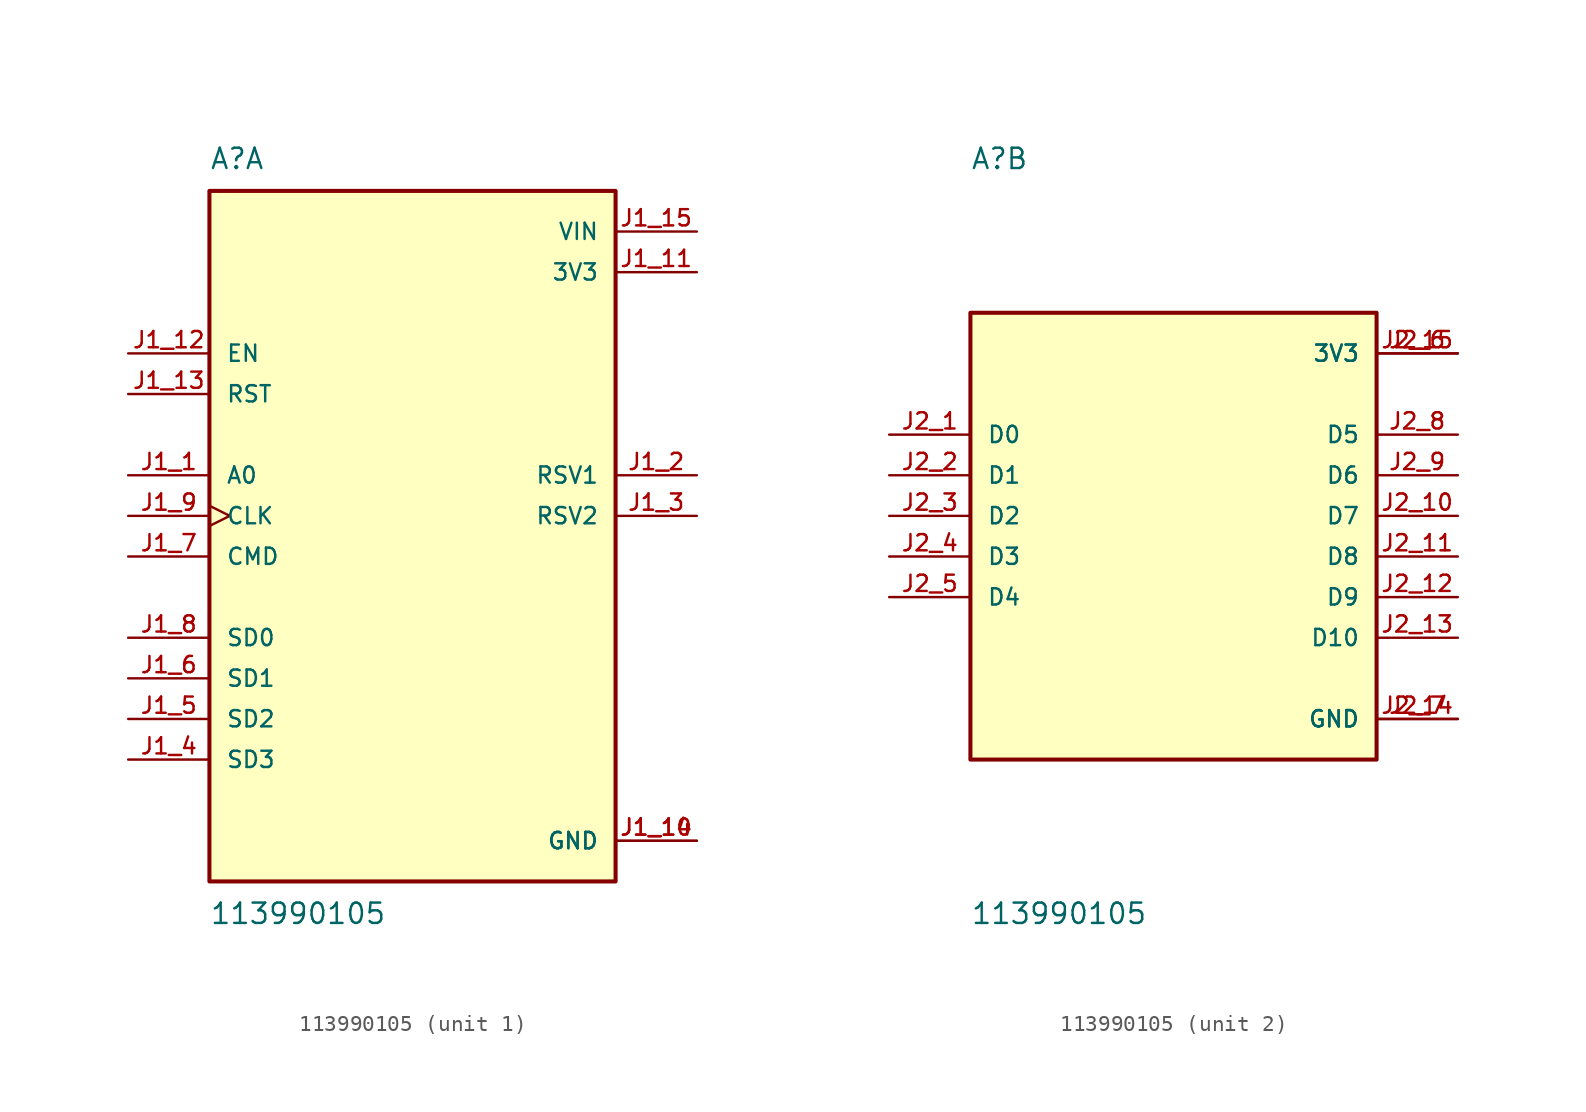
<source format=kicad_sym>
(kicad_symbol_lib
  (version 20231120)
  (generator "kicad_symbol_editor")
  (generator_version "8.0")
  (symbol "113990105"
    (pin_names
      (offset 1.016))
    (property "Reference" "A"
      (at -12.7 21.59 0)
      (effects (font (size 1.27 1.27)) (justify left bottom)))
    (property "Value" "113990105"
      (at -12.7 -24.13 0)
      (effects (font (size 1.27 1.27)) (justify left top)))
    (symbol "113990105_1_0"
      (rectangle (start -12.7 -22.86) (end 12.7 20.32) (stroke (width 0.254) (type default)) (fill (type background)))
      (pin bidirectional line (at -17.78 2.54 0) (length 5.08) (name "A0" (effects (font (size 1.016 1.016)))) (number "J1_1" (effects (font (size 1.016 1.016)))))
      (pin power_in line (at 17.78 -20.32 180) (length 5.08) (name "GND" (effects (font (size 1.016 1.016)))) (number "J1_10" (effects (font (size 1.016 1.016)))))
      (pin power_in line (at 17.78 15.24 180) (length 5.08) (name "3V3" (effects (font (size 1.016 1.016)))) (number "J1_11" (effects (font (size 1.016 1.016)))))
      (pin input line (at -17.78 10.16 0) (length 5.08) (name "EN" (effects (font (size 1.016 1.016)))) (number "J1_12" (effects (font (size 1.016 1.016)))))
      (pin input line (at -17.78 7.62 0) (length 5.08) (name "RST" (effects (font (size 1.016 1.016)))) (number "J1_13" (effects (font (size 1.016 1.016)))))
      (pin power_in line (at 17.78 -20.32 180) (length 5.08) (name "GND" (effects (font (size 1.016 1.016)))) (number "J1_14" (effects (font (size 1.016 1.016)))))
      (pin power_in line (at 17.78 17.78 180) (length 5.08) (name "VIN" (effects (font (size 1.016 1.016)))) (number "J1_15" (effects (font (size 1.016 1.016)))))
      (pin bidirectional line (at 17.78 2.54 180) (length 5.08) (name "RSV1" (effects (font (size 1.016 1.016)))) (number "J1_2" (effects (font (size 1.016 1.016)))))
      (pin bidirectional line (at 17.78 0 180) (length 5.08) (name "RSV2" (effects (font (size 1.016 1.016)))) (number "J1_3" (effects (font (size 1.016 1.016)))))
      (pin bidirectional line (at -17.78 -15.24 0) (length 5.08) (name "SD3" (effects (font (size 1.016 1.016)))) (number "J1_4" (effects (font (size 1.016 1.016)))))
      (pin bidirectional line (at -17.78 -12.7 0) (length 5.08) (name "SD2" (effects (font (size 1.016 1.016)))) (number "J1_5" (effects (font (size 1.016 1.016)))))
      (pin bidirectional line (at -17.78 -10.16 0) (length 5.08) (name "SD1" (effects (font (size 1.016 1.016)))) (number "J1_6" (effects (font (size 1.016 1.016)))))
      (pin bidirectional line (at -17.78 -2.54 0) (length 5.08) (name "CMD" (effects (font (size 1.016 1.016)))) (number "J1_7" (effects (font (size 1.016 1.016)))))
      (pin bidirectional line (at -17.78 -7.62 0) (length 5.08) (name "SD0" (effects (font (size 1.016 1.016)))) (number "J1_8" (effects (font (size 1.016 1.016)))))
      (pin bidirectional clock (at -17.78 0 0) (length 5.08) (name "CLK" (effects (font (size 1.016 1.016)))) (number "J1_9" (effects (font (size 1.016 1.016))))))
    (symbol "113990105_2_0"
      (rectangle (start -12.7 -15.24) (end 12.7 12.7) (stroke (width 0.254) (type default)) (fill (type background)))
      (pin bidirectional line (at -17.78 5.08 0) (length 5.08) (name "D0" (effects (font (size 1.016 1.016)))) (number "J2_1" (effects (font (size 1.016 1.016)))))
      (pin bidirectional line (at 17.78 0 180) (length 5.08) (name "D7" (effects (font (size 1.016 1.016)))) (number "J2_10" (effects (font (size 1.016 1.016)))))
      (pin bidirectional line (at 17.78 -2.54 180) (length 5.08) (name "D8" (effects (font (size 1.016 1.016)))) (number "J2_11" (effects (font (size 1.016 1.016)))))
      (pin bidirectional line (at 17.78 -5.08 180) (length 5.08) (name "D9" (effects (font (size 1.016 1.016)))) (number "J2_12" (effects (font (size 1.016 1.016)))))
      (pin bidirectional line (at 17.78 -7.62 180) (length 5.08) (name "D10" (effects (font (size 1.016 1.016)))) (number "J2_13" (effects (font (size 1.016 1.016)))))
      (pin power_in line (at 17.78 -12.7 180) (length 5.08) (name "GND" (effects (font (size 1.016 1.016)))) (number "J2_14" (effects (font (size 1.016 1.016)))))
      (pin power_in line (at 17.78 10.16 180) (length 5.08) (name "3V3" (effects (font (size 1.016 1.016)))) (number "J2_15" (effects (font (size 1.016 1.016)))))
      (pin bidirectional line (at -17.78 2.54 0) (length 5.08) (name "D1" (effects (font (size 1.016 1.016)))) (number "J2_2" (effects (font (size 1.016 1.016)))))
      (pin bidirectional line (at -17.78 0 0) (length 5.08) (name "D2" (effects (font (size 1.016 1.016)))) (number "J2_3" (effects (font (size 1.016 1.016)))))
      (pin bidirectional line (at -17.78 -2.54 0) (length 5.08) (name "D3" (effects (font (size 1.016 1.016)))) (number "J2_4" (effects (font (size 1.016 1.016)))))
      (pin bidirectional line (at -17.78 -5.08 0) (length 5.08) (name "D4" (effects (font (size 1.016 1.016)))) (number "J2_5" (effects (font (size 1.016 1.016)))))
      (pin power_in line (at 17.78 10.16 180) (length 5.08) (name "3V3" (effects (font (size 1.016 1.016)))) (number "J2_6" (effects (font (size 1.016 1.016)))))
      (pin power_in line (at 17.78 -12.7 180) (length 5.08) (name "GND" (effects (font (size 1.016 1.016)))) (number "J2_7" (effects (font (size 1.016 1.016)))))
      (pin bidirectional line (at 17.78 5.08 180) (length 5.08) (name "D5" (effects (font (size 1.016 1.016)))) (number "J2_8" (effects (font (size 1.016 1.016)))))
      (pin bidirectional line (at 17.78 2.54 180) (length 5.08) (name "D6" (effects (font (size 1.016 1.016)))) (number "J2_9" (effects (font (size 1.016 1.016))))))))
</source>
